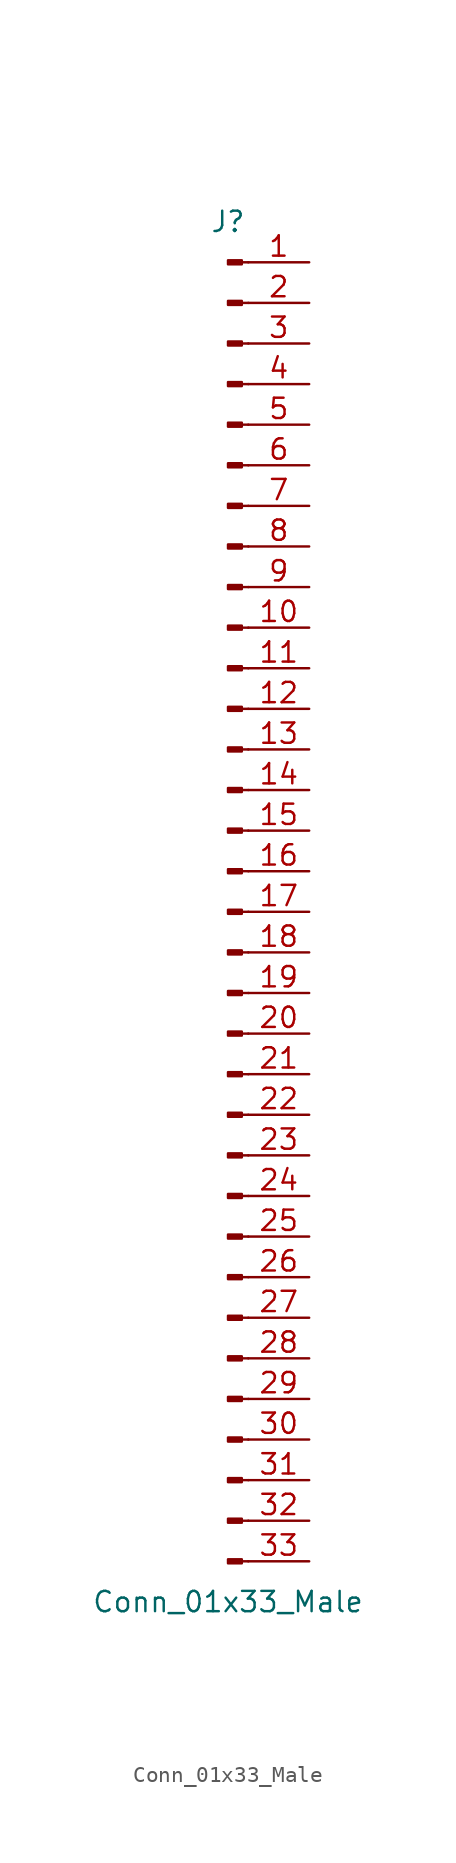
<source format=kicad_sym>
(kicad_symbol_lib
  (version 20220914)
  (generator kicad_symbol_editor)
  (symbol "Conn_01x33_Male"
    (pin_names
      (offset 1.016) hide)
    (property "Reference" "J"
      (at 0 43.18 0)
      (effects (font (size 1.27 1.27))))
    (property "Value" "Conn_01x33_Male"
      (at 0 -43.18 0)
      (effects (font (size 1.27 1.27))))
    (symbol "Conn_01x33_Male_1_1"
      (polyline (pts (xy 1.27 -40.64) (xy 0.864 -40.64)) (stroke (width 0.152) (type default)) (fill (type none)))
      (polyline (pts (xy 1.27 -38.1) (xy 0.864 -38.1)) (stroke (width 0.152) (type default)) (fill (type none)))
      (polyline (pts (xy 1.27 -35.56) (xy 0.864 -35.56)) (stroke (width 0.152) (type default)) (fill (type none)))
      (polyline (pts (xy 1.27 -33.02) (xy 0.864 -33.02)) (stroke (width 0.152) (type default)) (fill (type none)))
      (polyline (pts (xy 1.27 -30.48) (xy 0.864 -30.48)) (stroke (width 0.152) (type default)) (fill (type none)))
      (polyline (pts (xy 1.27 -27.94) (xy 0.864 -27.94)) (stroke (width 0.152) (type default)) (fill (type none)))
      (polyline (pts (xy 1.27 -25.4) (xy 0.864 -25.4)) (stroke (width 0.152) (type default)) (fill (type none)))
      (polyline (pts (xy 1.27 -22.86) (xy 0.864 -22.86)) (stroke (width 0.152) (type default)) (fill (type none)))
      (polyline (pts (xy 1.27 -20.32) (xy 0.864 -20.32)) (stroke (width 0.152) (type default)) (fill (type none)))
      (polyline (pts (xy 1.27 -17.78) (xy 0.864 -17.78)) (stroke (width 0.152) (type default)) (fill (type none)))
      (polyline (pts (xy 1.27 -15.24) (xy 0.864 -15.24)) (stroke (width 0.152) (type default)) (fill (type none)))
      (polyline (pts (xy 1.27 -12.7) (xy 0.864 -12.7)) (stroke (width 0.152) (type default)) (fill (type none)))
      (polyline (pts (xy 1.27 -10.16) (xy 0.864 -10.16)) (stroke (width 0.152) (type default)) (fill (type none)))
      (polyline (pts (xy 1.27 -7.62) (xy 0.864 -7.62)) (stroke (width 0.152) (type default)) (fill (type none)))
      (polyline (pts (xy 1.27 -5.08) (xy 0.864 -5.08)) (stroke (width 0.152) (type default)) (fill (type none)))
      (polyline (pts (xy 1.27 -2.54) (xy 0.864 -2.54)) (stroke (width 0.152) (type default)) (fill (type none)))
      (polyline (pts (xy 1.27 0) (xy 0.864 0)) (stroke (width 0.152) (type default)) (fill (type none)))
      (polyline (pts (xy 1.27 2.54) (xy 0.864 2.54)) (stroke (width 0.152) (type default)) (fill (type none)))
      (polyline (pts (xy 1.27 5.08) (xy 0.864 5.08)) (stroke (width 0.152) (type default)) (fill (type none)))
      (polyline (pts (xy 1.27 7.62) (xy 0.864 7.62)) (stroke (width 0.152) (type default)) (fill (type none)))
      (polyline (pts (xy 1.27 10.16) (xy 0.864 10.16)) (stroke (width 0.152) (type default)) (fill (type none)))
      (polyline (pts (xy 1.27 12.7) (xy 0.864 12.7)) (stroke (width 0.152) (type default)) (fill (type none)))
      (polyline (pts (xy 1.27 15.24) (xy 0.864 15.24)) (stroke (width 0.152) (type default)) (fill (type none)))
      (polyline (pts (xy 1.27 17.78) (xy 0.864 17.78)) (stroke (width 0.152) (type default)) (fill (type none)))
      (polyline (pts (xy 1.27 20.32) (xy 0.864 20.32)) (stroke (width 0.152) (type default)) (fill (type none)))
      (polyline (pts (xy 1.27 22.86) (xy 0.864 22.86)) (stroke (width 0.152) (type default)) (fill (type none)))
      (polyline (pts (xy 1.27 25.4) (xy 0.864 25.4)) (stroke (width 0.152) (type default)) (fill (type none)))
      (polyline (pts (xy 1.27 27.94) (xy 0.864 27.94)) (stroke (width 0.152) (type default)) (fill (type none)))
      (polyline (pts (xy 1.27 30.48) (xy 0.864 30.48)) (stroke (width 0.152) (type default)) (fill (type none)))
      (polyline (pts (xy 1.27 33.02) (xy 0.864 33.02)) (stroke (width 0.152) (type default)) (fill (type none)))
      (polyline (pts (xy 1.27 35.56) (xy 0.864 35.56)) (stroke (width 0.152) (type default)) (fill (type none)))
      (polyline (pts (xy 1.27 38.1) (xy 0.864 38.1)) (stroke (width 0.152) (type default)) (fill (type none)))
      (polyline (pts (xy 1.27 40.64) (xy 0.864 40.64)) (stroke (width 0.152) (type default)) (fill (type none)))
      (rectangle (start 0.864 -40.513) (end 0 -40.767) (stroke (width 0.152) (type default)) (fill (type outline)))
      (rectangle (start 0.864 -37.973) (end 0 -38.227) (stroke (width 0.152) (type default)) (fill (type outline)))
      (rectangle (start 0.864 -35.433) (end 0 -35.687) (stroke (width 0.152) (type default)) (fill (type outline)))
      (rectangle (start 0.864 -32.893) (end 0 -33.147) (stroke (width 0.152) (type default)) (fill (type outline)))
      (rectangle (start 0.864 -30.353) (end 0 -30.607) (stroke (width 0.152) (type default)) (fill (type outline)))
      (rectangle (start 0.864 -27.813) (end 0 -28.067) (stroke (width 0.152) (type default)) (fill (type outline)))
      (rectangle (start 0.864 -25.273) (end 0 -25.527) (stroke (width 0.152) (type default)) (fill (type outline)))
      (rectangle (start 0.864 -22.733) (end 0 -22.987) (stroke (width 0.152) (type default)) (fill (type outline)))
      (rectangle (start 0.864 -20.193) (end 0 -20.447) (stroke (width 0.152) (type default)) (fill (type outline)))
      (rectangle (start 0.864 -17.653) (end 0 -17.907) (stroke (width 0.152) (type default)) (fill (type outline)))
      (rectangle (start 0.864 -15.113) (end 0 -15.367) (stroke (width 0.152) (type default)) (fill (type outline)))
      (rectangle (start 0.864 -12.573) (end 0 -12.827) (stroke (width 0.152) (type default)) (fill (type outline)))
      (rectangle (start 0.864 -10.033) (end 0 -10.287) (stroke (width 0.152) (type default)) (fill (type outline)))
      (rectangle (start 0.864 -7.493) (end 0 -7.747) (stroke (width 0.152) (type default)) (fill (type outline)))
      (rectangle (start 0.864 -4.953) (end 0 -5.207) (stroke (width 0.152) (type default)) (fill (type outline)))
      (rectangle (start 0.864 -2.413) (end 0 -2.667) (stroke (width 0.152) (type default)) (fill (type outline)))
      (rectangle (start 0.864 0.127) (end 0 -0.127) (stroke (width 0.152) (type default)) (fill (type outline)))
      (rectangle (start 0.864 2.667) (end 0 2.413) (stroke (width 0.152) (type default)) (fill (type outline)))
      (rectangle (start 0.864 5.207) (end 0 4.953) (stroke (width 0.152) (type default)) (fill (type outline)))
      (rectangle (start 0.864 7.747) (end 0 7.493) (stroke (width 0.152) (type default)) (fill (type outline)))
      (rectangle (start 0.864 10.287) (end 0 10.033) (stroke (width 0.152) (type default)) (fill (type outline)))
      (rectangle (start 0.864 12.827) (end 0 12.573) (stroke (width 0.152) (type default)) (fill (type outline)))
      (rectangle (start 0.864 15.367) (end 0 15.113) (stroke (width 0.152) (type default)) (fill (type outline)))
      (rectangle (start 0.864 17.907) (end 0 17.653) (stroke (width 0.152) (type default)) (fill (type outline)))
      (rectangle (start 0.864 20.447) (end 0 20.193) (stroke (width 0.152) (type default)) (fill (type outline)))
      (rectangle (start 0.864 22.987) (end 0 22.733) (stroke (width 0.152) (type default)) (fill (type outline)))
      (rectangle (start 0.864 25.527) (end 0 25.273) (stroke (width 0.152) (type default)) (fill (type outline)))
      (rectangle (start 0.864 28.067) (end 0 27.813) (stroke (width 0.152) (type default)) (fill (type outline)))
      (rectangle (start 0.864 30.607) (end 0 30.353) (stroke (width 0.152) (type default)) (fill (type outline)))
      (rectangle (start 0.864 33.147) (end 0 32.893) (stroke (width 0.152) (type default)) (fill (type outline)))
      (rectangle (start 0.864 35.687) (end 0 35.433) (stroke (width 0.152) (type default)) (fill (type outline)))
      (rectangle (start 0.864 38.227) (end 0 37.973) (stroke (width 0.152) (type default)) (fill (type outline)))
      (rectangle (start 0.864 40.767) (end 0 40.513) (stroke (width 0.152) (type default)) (fill (type outline)))
      (pin passive line (at 5.08 40.64 180) (length 3.81) (name "Pin_1" (effects (font (size 1.27 1.27)))) (number "1" (effects (font (size 1.27 1.27)))))
      (pin passive line (at 5.08 17.78 180) (length 3.81) (name "Pin_10" (effects (font (size 1.27 1.27)))) (number "10" (effects (font (size 1.27 1.27)))))
      (pin passive line (at 5.08 15.24 180) (length 3.81) (name "Pin_11" (effects (font (size 1.27 1.27)))) (number "11" (effects (font (size 1.27 1.27)))))
      (pin passive line (at 5.08 12.7 180) (length 3.81) (name "Pin_12" (effects (font (size 1.27 1.27)))) (number "12" (effects (font (size 1.27 1.27)))))
      (pin passive line (at 5.08 10.16 180) (length 3.81) (name "Pin_13" (effects (font (size 1.27 1.27)))) (number "13" (effects (font (size 1.27 1.27)))))
      (pin passive line (at 5.08 7.62 180) (length 3.81) (name "Pin_14" (effects (font (size 1.27 1.27)))) (number "14" (effects (font (size 1.27 1.27)))))
      (pin passive line (at 5.08 5.08 180) (length 3.81) (name "Pin_15" (effects (font (size 1.27 1.27)))) (number "15" (effects (font (size 1.27 1.27)))))
      (pin passive line (at 5.08 2.54 180) (length 3.81) (name "Pin_16" (effects (font (size 1.27 1.27)))) (number "16" (effects (font (size 1.27 1.27)))))
      (pin passive line (at 5.08 0 180) (length 3.81) (name "Pin_17" (effects (font (size 1.27 1.27)))) (number "17" (effects (font (size 1.27 1.27)))))
      (pin passive line (at 5.08 -2.54 180) (length 3.81) (name "Pin_18" (effects (font (size 1.27 1.27)))) (number "18" (effects (font (size 1.27 1.27)))))
      (pin passive line (at 5.08 -5.08 180) (length 3.81) (name "Pin_19" (effects (font (size 1.27 1.27)))) (number "19" (effects (font (size 1.27 1.27)))))
      (pin passive line (at 5.08 38.1 180) (length 3.81) (name "Pin_2" (effects (font (size 1.27 1.27)))) (number "2" (effects (font (size 1.27 1.27)))))
      (pin passive line (at 5.08 -7.62 180) (length 3.81) (name "Pin_20" (effects (font (size 1.27 1.27)))) (number "20" (effects (font (size 1.27 1.27)))))
      (pin passive line (at 5.08 -10.16 180) (length 3.81) (name "Pin_21" (effects (font (size 1.27 1.27)))) (number "21" (effects (font (size 1.27 1.27)))))
      (pin passive line (at 5.08 -12.7 180) (length 3.81) (name "Pin_22" (effects (font (size 1.27 1.27)))) (number "22" (effects (font (size 1.27 1.27)))))
      (pin passive line (at 5.08 -15.24 180) (length 3.81) (name "Pin_23" (effects (font (size 1.27 1.27)))) (number "23" (effects (font (size 1.27 1.27)))))
      (pin passive line (at 5.08 -17.78 180) (length 3.81) (name "Pin_24" (effects (font (size 1.27 1.27)))) (number "24" (effects (font (size 1.27 1.27)))))
      (pin passive line (at 5.08 -20.32 180) (length 3.81) (name "Pin_25" (effects (font (size 1.27 1.27)))) (number "25" (effects (font (size 1.27 1.27)))))
      (pin passive line (at 5.08 -22.86 180) (length 3.81) (name "Pin_26" (effects (font (size 1.27 1.27)))) (number "26" (effects (font (size 1.27 1.27)))))
      (pin passive line (at 5.08 -25.4 180) (length 3.81) (name "Pin_27" (effects (font (size 1.27 1.27)))) (number "27" (effects (font (size 1.27 1.27)))))
      (pin passive line (at 5.08 -27.94 180) (length 3.81) (name "Pin_28" (effects (font (size 1.27 1.27)))) (number "28" (effects (font (size 1.27 1.27)))))
      (pin passive line (at 5.08 -30.48 180) (length 3.81) (name "Pin_29" (effects (font (size 1.27 1.27)))) (number "29" (effects (font (size 1.27 1.27)))))
      (pin passive line (at 5.08 35.56 180) (length 3.81) (name "Pin_3" (effects (font (size 1.27 1.27)))) (number "3" (effects (font (size 1.27 1.27)))))
      (pin passive line (at 5.08 -33.02 180) (length 3.81) (name "Pin_30" (effects (font (size 1.27 1.27)))) (number "30" (effects (font (size 1.27 1.27)))))
      (pin passive line (at 5.08 -35.56 180) (length 3.81) (name "Pin_31" (effects (font (size 1.27 1.27)))) (number "31" (effects (font (size 1.27 1.27)))))
      (pin passive line (at 5.08 -38.1 180) (length 3.81) (name "Pin_32" (effects (font (size 1.27 1.27)))) (number "32" (effects (font (size 1.27 1.27)))))
      (pin passive line (at 5.08 -40.64 180) (length 3.81) (name "Pin_33" (effects (font (size 1.27 1.27)))) (number "33" (effects (font (size 1.27 1.27)))))
      (pin passive line (at 5.08 33.02 180) (length 3.81) (name "Pin_4" (effects (font (size 1.27 1.27)))) (number "4" (effects (font (size 1.27 1.27)))))
      (pin passive line (at 5.08 30.48 180) (length 3.81) (name "Pin_5" (effects (font (size 1.27 1.27)))) (number "5" (effects (font (size 1.27 1.27)))))
      (pin passive line (at 5.08 27.94 180) (length 3.81) (name "Pin_6" (effects (font (size 1.27 1.27)))) (number "6" (effects (font (size 1.27 1.27)))))
      (pin passive line (at 5.08 25.4 180) (length 3.81) (name "Pin_7" (effects (font (size 1.27 1.27)))) (number "7" (effects (font (size 1.27 1.27)))))
      (pin passive line (at 5.08 22.86 180) (length 3.81) (name "Pin_8" (effects (font (size 1.27 1.27)))) (number "8" (effects (font (size 1.27 1.27)))))
      (pin passive line (at 5.08 20.32 180) (length 3.81) (name "Pin_9" (effects (font (size 1.27 1.27)))) (number "9" (effects (font (size 1.27 1.27))))))))
</source>
